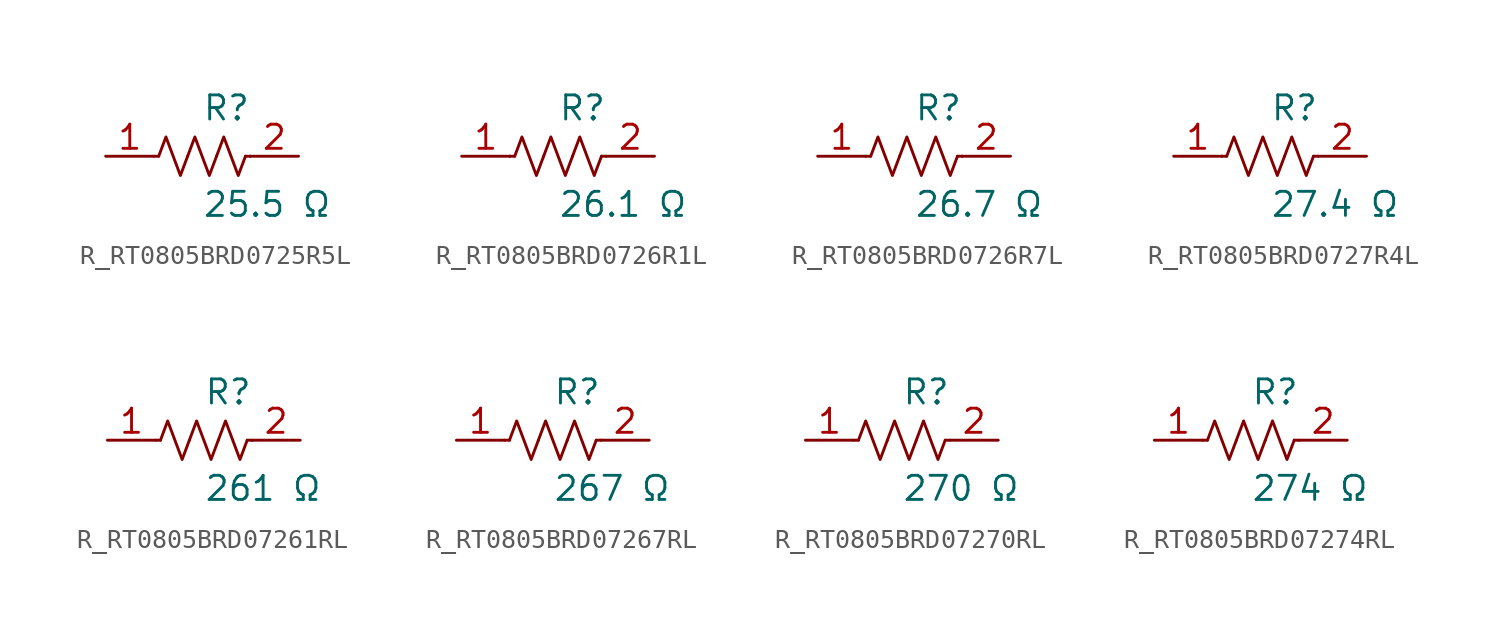
<source format=kicad_sym>
(kicad_symbol_lib
  (version 20231120)
  (generator kicad_symbol_editor)
  (generator_version 8.0)
  (symbol "R_RT0805BRD0725R5L"
    (pin_names
      (offset 0.254))
    (property "Reference" "R"
      (at 0.0 2.54 0)
      (effects (font (size 1.27 1.27)) (justify left)))
    (property "Value" "25.5 Ω"
      (at 0.0 -2.54 0)
      (effects (font (size 1.27 1.27)) (justify left)))
    (symbol "R_RT0805BRD0725R5L_0_1"
      (polyline (pts (xy 2.286 0) (xy 2.54 0)) (stroke (width 0) (type default)) (fill (type none)))
      (polyline (pts (xy -2.286 0) (xy -2.54 0)) (stroke (width 0) (type default)) (fill (type none)))
      (polyline (pts (xy 0.762 0) (xy 1.143 1.016) (xy 1.524 0) (xy 1.905 -1.016) (xy 2.286 0)) (stroke (width 0) (type default)) (fill (type none)))
      (polyline (pts (xy -0.762 0) (xy -0.381 1.016) (xy 0 0) (xy 0.381 -1.016) (xy 0.762 0)) (stroke (width 0) (type default)) (fill (type none)))
      (polyline (pts (xy -2.286 0) (xy -1.905 1.016) (xy -1.524 0) (xy -1.143 -1.016) (xy -0.762 0)) (stroke (width 0) (type default)) (fill (type none))))
    (pin unspecified line
      (at -5.08 0 0)
      (length 2.54)
      (name "" (effects (font (size 1.27 1.27))))
      (number "1" (effects (font (size 1.27 1.27)))))
    (pin unspecified line
      (at 5.08 0 180)
      (length 2.54)
      (name "" (effects (font (size 1.27 1.27))))
      (number "2" (effects (font (size 1.27 1.27))))))
  (symbol "R_RT0805BRD0726R1L"
    (pin_names
      (offset 0.254))
    (property "Reference" "R"
      (at 0.0 2.54 0)
      (effects (font (size 1.27 1.27)) (justify left)))
    (property "Value" "26.1 Ω"
      (at 0.0 -2.54 0)
      (effects (font (size 1.27 1.27)) (justify left)))
    (symbol "R_RT0805BRD0726R1L_0_1"
      (polyline (pts (xy 2.286 0) (xy 2.54 0)) (stroke (width 0) (type default)) (fill (type none)))
      (polyline (pts (xy -2.286 0) (xy -2.54 0)) (stroke (width 0) (type default)) (fill (type none)))
      (polyline (pts (xy 0.762 0) (xy 1.143 1.016) (xy 1.524 0) (xy 1.905 -1.016) (xy 2.286 0)) (stroke (width 0) (type default)) (fill (type none)))
      (polyline (pts (xy -0.762 0) (xy -0.381 1.016) (xy 0 0) (xy 0.381 -1.016) (xy 0.762 0)) (stroke (width 0) (type default)) (fill (type none)))
      (polyline (pts (xy -2.286 0) (xy -1.905 1.016) (xy -1.524 0) (xy -1.143 -1.016) (xy -0.762 0)) (stroke (width 0) (type default)) (fill (type none))))
    (pin unspecified line
      (at -5.08 0 0)
      (length 2.54)
      (name "" (effects (font (size 1.27 1.27))))
      (number "1" (effects (font (size 1.27 1.27)))))
    (pin unspecified line
      (at 5.08 0 180)
      (length 2.54)
      (name "" (effects (font (size 1.27 1.27))))
      (number "2" (effects (font (size 1.27 1.27))))))
  (symbol "R_RT0805BRD0726R7L"
    (pin_names
      (offset 0.254))
    (property "Reference" "R"
      (at 0.0 2.54 0)
      (effects (font (size 1.27 1.27)) (justify left)))
    (property "Value" "26.7 Ω"
      (at 0.0 -2.54 0)
      (effects (font (size 1.27 1.27)) (justify left)))
    (symbol "R_RT0805BRD0726R7L_0_1"
      (polyline (pts (xy 2.286 0) (xy 2.54 0)) (stroke (width 0) (type default)) (fill (type none)))
      (polyline (pts (xy -2.286 0) (xy -2.54 0)) (stroke (width 0) (type default)) (fill (type none)))
      (polyline (pts (xy 0.762 0) (xy 1.143 1.016) (xy 1.524 0) (xy 1.905 -1.016) (xy 2.286 0)) (stroke (width 0) (type default)) (fill (type none)))
      (polyline (pts (xy -0.762 0) (xy -0.381 1.016) (xy 0 0) (xy 0.381 -1.016) (xy 0.762 0)) (stroke (width 0) (type default)) (fill (type none)))
      (polyline (pts (xy -2.286 0) (xy -1.905 1.016) (xy -1.524 0) (xy -1.143 -1.016) (xy -0.762 0)) (stroke (width 0) (type default)) (fill (type none))))
    (pin unspecified line
      (at -5.08 0 0)
      (length 2.54)
      (name "" (effects (font (size 1.27 1.27))))
      (number "1" (effects (font (size 1.27 1.27)))))
    (pin unspecified line
      (at 5.08 0 180)
      (length 2.54)
      (name "" (effects (font (size 1.27 1.27))))
      (number "2" (effects (font (size 1.27 1.27))))))
  (symbol "R_RT0805BRD0727R4L"
    (pin_names
      (offset 0.254))
    (property "Reference" "R"
      (at 0.0 2.54 0)
      (effects (font (size 1.27 1.27)) (justify left)))
    (property "Value" "27.4 Ω"
      (at 0.0 -2.54 0)
      (effects (font (size 1.27 1.27)) (justify left)))
    (symbol "R_RT0805BRD0727R4L_0_1"
      (polyline (pts (xy 2.286 0) (xy 2.54 0)) (stroke (width 0) (type default)) (fill (type none)))
      (polyline (pts (xy -2.286 0) (xy -2.54 0)) (stroke (width 0) (type default)) (fill (type none)))
      (polyline (pts (xy 0.762 0) (xy 1.143 1.016) (xy 1.524 0) (xy 1.905 -1.016) (xy 2.286 0)) (stroke (width 0) (type default)) (fill (type none)))
      (polyline (pts (xy -0.762 0) (xy -0.381 1.016) (xy 0 0) (xy 0.381 -1.016) (xy 0.762 0)) (stroke (width 0) (type default)) (fill (type none)))
      (polyline (pts (xy -2.286 0) (xy -1.905 1.016) (xy -1.524 0) (xy -1.143 -1.016) (xy -0.762 0)) (stroke (width 0) (type default)) (fill (type none))))
    (pin unspecified line
      (at -5.08 0 0)
      (length 2.54)
      (name "" (effects (font (size 1.27 1.27))))
      (number "1" (effects (font (size 1.27 1.27)))))
    (pin unspecified line
      (at 5.08 0 180)
      (length 2.54)
      (name "" (effects (font (size 1.27 1.27))))
      (number "2" (effects (font (size 1.27 1.27))))))
  (symbol "R_RT0805BRD07261RL"
    (pin_names
      (offset 0.254))
    (property "Reference" "R"
      (at 0.0 2.54 0)
      (effects (font (size 1.27 1.27)) (justify left)))
    (property "Value" "261 Ω"
      (at 0.0 -2.54 0)
      (effects (font (size 1.27 1.27)) (justify left)))
    (symbol "R_RT0805BRD07261RL_0_1"
      (polyline (pts (xy 2.286 0) (xy 2.54 0)) (stroke (width 0) (type default)) (fill (type none)))
      (polyline (pts (xy -2.286 0) (xy -2.54 0)) (stroke (width 0) (type default)) (fill (type none)))
      (polyline (pts (xy 0.762 0) (xy 1.143 1.016) (xy 1.524 0) (xy 1.905 -1.016) (xy 2.286 0)) (stroke (width 0) (type default)) (fill (type none)))
      (polyline (pts (xy -0.762 0) (xy -0.381 1.016) (xy 0 0) (xy 0.381 -1.016) (xy 0.762 0)) (stroke (width 0) (type default)) (fill (type none)))
      (polyline (pts (xy -2.286 0) (xy -1.905 1.016) (xy -1.524 0) (xy -1.143 -1.016) (xy -0.762 0)) (stroke (width 0) (type default)) (fill (type none))))
    (pin unspecified line
      (at -5.08 0 0)
      (length 2.54)
      (name "" (effects (font (size 1.27 1.27))))
      (number "1" (effects (font (size 1.27 1.27)))))
    (pin unspecified line
      (at 5.08 0 180)
      (length 2.54)
      (name "" (effects (font (size 1.27 1.27))))
      (number "2" (effects (font (size 1.27 1.27))))))
  (symbol "R_RT0805BRD07267RL"
    (pin_names
      (offset 0.254))
    (property "Reference" "R"
      (at 0.0 2.54 0)
      (effects (font (size 1.27 1.27)) (justify left)))
    (property "Value" "267 Ω"
      (at 0.0 -2.54 0)
      (effects (font (size 1.27 1.27)) (justify left)))
    (symbol "R_RT0805BRD07267RL_0_1"
      (polyline (pts (xy 2.286 0) (xy 2.54 0)) (stroke (width 0) (type default)) (fill (type none)))
      (polyline (pts (xy -2.286 0) (xy -2.54 0)) (stroke (width 0) (type default)) (fill (type none)))
      (polyline (pts (xy 0.762 0) (xy 1.143 1.016) (xy 1.524 0) (xy 1.905 -1.016) (xy 2.286 0)) (stroke (width 0) (type default)) (fill (type none)))
      (polyline (pts (xy -0.762 0) (xy -0.381 1.016) (xy 0 0) (xy 0.381 -1.016) (xy 0.762 0)) (stroke (width 0) (type default)) (fill (type none)))
      (polyline (pts (xy -2.286 0) (xy -1.905 1.016) (xy -1.524 0) (xy -1.143 -1.016) (xy -0.762 0)) (stroke (width 0) (type default)) (fill (type none))))
    (pin unspecified line
      (at -5.08 0 0)
      (length 2.54)
      (name "" (effects (font (size 1.27 1.27))))
      (number "1" (effects (font (size 1.27 1.27)))))
    (pin unspecified line
      (at 5.08 0 180)
      (length 2.54)
      (name "" (effects (font (size 1.27 1.27))))
      (number "2" (effects (font (size 1.27 1.27))))))
  (symbol "R_RT0805BRD07270RL"
    (pin_names
      (offset 0.254))
    (property "Reference" "R"
      (at 0.0 2.54 0)
      (effects (font (size 1.27 1.27)) (justify left)))
    (property "Value" "270 Ω"
      (at 0.0 -2.54 0)
      (effects (font (size 1.27 1.27)) (justify left)))
    (symbol "R_RT0805BRD07270RL_0_1"
      (polyline (pts (xy 2.286 0) (xy 2.54 0)) (stroke (width 0) (type default)) (fill (type none)))
      (polyline (pts (xy -2.286 0) (xy -2.54 0)) (stroke (width 0) (type default)) (fill (type none)))
      (polyline (pts (xy 0.762 0) (xy 1.143 1.016) (xy 1.524 0) (xy 1.905 -1.016) (xy 2.286 0)) (stroke (width 0) (type default)) (fill (type none)))
      (polyline (pts (xy -0.762 0) (xy -0.381 1.016) (xy 0 0) (xy 0.381 -1.016) (xy 0.762 0)) (stroke (width 0) (type default)) (fill (type none)))
      (polyline (pts (xy -2.286 0) (xy -1.905 1.016) (xy -1.524 0) (xy -1.143 -1.016) (xy -0.762 0)) (stroke (width 0) (type default)) (fill (type none))))
    (pin unspecified line
      (at -5.08 0 0)
      (length 2.54)
      (name "" (effects (font (size 1.27 1.27))))
      (number "1" (effects (font (size 1.27 1.27)))))
    (pin unspecified line
      (at 5.08 0 180)
      (length 2.54)
      (name "" (effects (font (size 1.27 1.27))))
      (number "2" (effects (font (size 1.27 1.27))))))
  (symbol "R_RT0805BRD07274RL"
    (pin_names
      (offset 0.254))
    (property "Reference" "R"
      (at 0.0 2.54 0)
      (effects (font (size 1.27 1.27)) (justify left)))
    (property "Value" "274 Ω"
      (at 0.0 -2.54 0)
      (effects (font (size 1.27 1.27)) (justify left)))
    (symbol "R_RT0805BRD07274RL_0_1"
      (polyline (pts (xy 2.286 0) (xy 2.54 0)) (stroke (width 0) (type default)) (fill (type none)))
      (polyline (pts (xy -2.286 0) (xy -2.54 0)) (stroke (width 0) (type default)) (fill (type none)))
      (polyline (pts (xy 0.762 0) (xy 1.143 1.016) (xy 1.524 0) (xy 1.905 -1.016) (xy 2.286 0)) (stroke (width 0) (type default)) (fill (type none)))
      (polyline (pts (xy -0.762 0) (xy -0.381 1.016) (xy 0 0) (xy 0.381 -1.016) (xy 0.762 0)) (stroke (width 0) (type default)) (fill (type none)))
      (polyline (pts (xy -2.286 0) (xy -1.905 1.016) (xy -1.524 0) (xy -1.143 -1.016) (xy -0.762 0)) (stroke (width 0) (type default)) (fill (type none))))
    (pin unspecified line
      (at -5.08 0 0)
      (length 2.54)
      (name "" (effects (font (size 1.27 1.27))))
      (number "1" (effects (font (size 1.27 1.27)))))
    (pin unspecified line
      (at 5.08 0 180)
      (length 2.54)
      (name "" (effects (font (size 1.27 1.27))))
      (number "2" (effects (font (size 1.27 1.27)))))))
</source>
